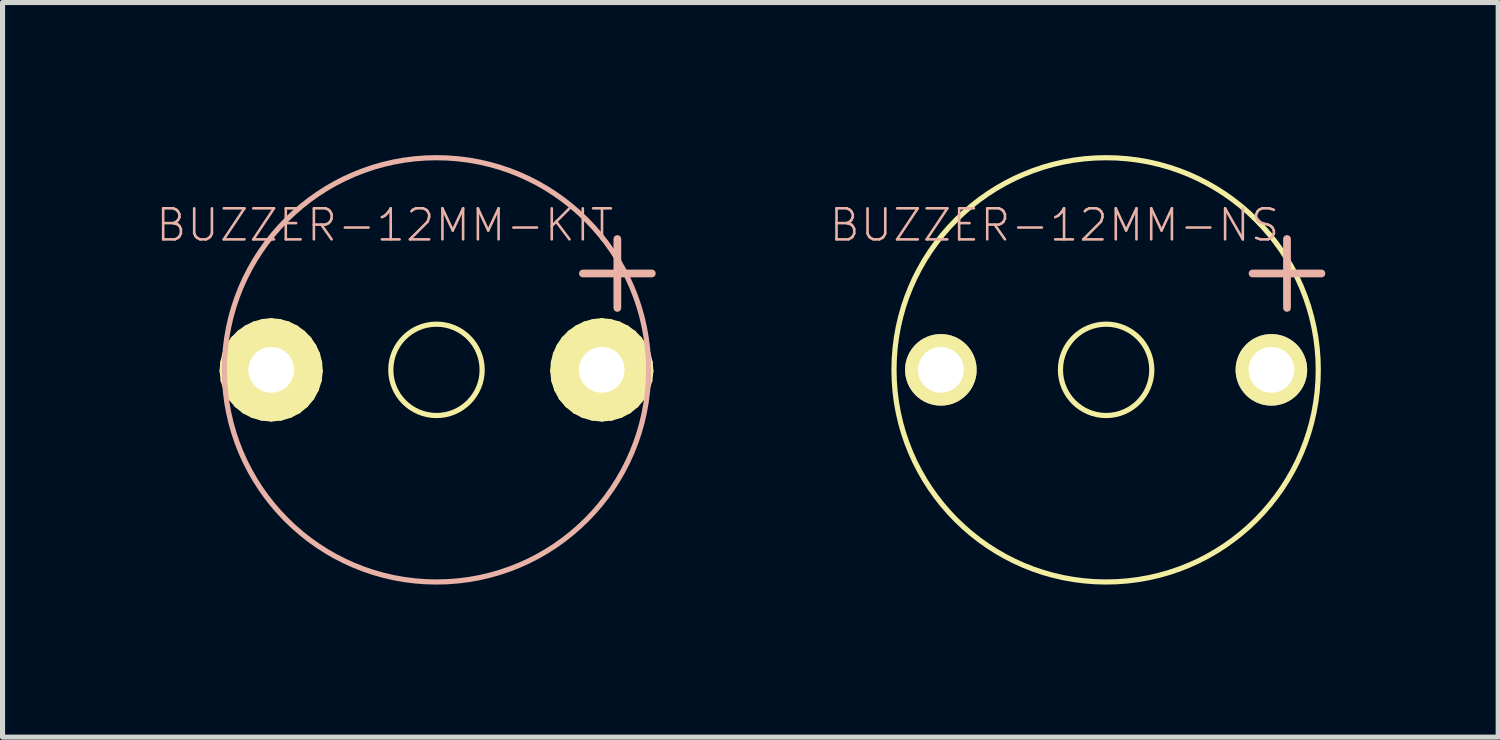
<source format=kicad_pcb>
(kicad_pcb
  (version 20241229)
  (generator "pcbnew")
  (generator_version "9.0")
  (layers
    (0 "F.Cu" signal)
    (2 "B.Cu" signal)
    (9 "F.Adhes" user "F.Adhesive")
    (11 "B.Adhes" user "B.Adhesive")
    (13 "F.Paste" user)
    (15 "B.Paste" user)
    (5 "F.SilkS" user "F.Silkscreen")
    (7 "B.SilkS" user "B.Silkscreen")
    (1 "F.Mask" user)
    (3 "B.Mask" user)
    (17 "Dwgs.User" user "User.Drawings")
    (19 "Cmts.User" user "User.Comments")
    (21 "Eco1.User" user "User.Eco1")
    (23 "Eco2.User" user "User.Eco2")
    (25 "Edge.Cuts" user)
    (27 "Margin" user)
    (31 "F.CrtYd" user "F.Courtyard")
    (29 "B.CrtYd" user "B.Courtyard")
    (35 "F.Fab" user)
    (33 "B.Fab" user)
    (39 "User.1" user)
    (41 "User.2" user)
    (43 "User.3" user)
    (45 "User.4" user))
  (footprint "BUZZER-12MM-NS"
    (layer "F.Cu")
    (at 18.696 4.221)
    (property "Reference" "BUZZER-12MM-NS" (at -1.016 -2.845 0) (layer "B.SilkS") (effects (font (size 0.61 0.61) (thickness 0.051))))
    (attr exclude_from_pos_files exclude_from_bom)
    (fp_circle (center 0 0) (end -2.949 2.949) (stroke (width 0.102) (type solid)) (fill no) (layer "F.SilkS"))
    (fp_circle (center 0 0) (end -0.635 0.635) (stroke (width 0.102) (type solid)) (fill no) (layer "F.SilkS"))
    (fp_text user "+" (at 3.556 -2.032 0) (layer "B.SilkS") (effects (font (size 1.778 1.778) (thickness 0.152))))
    (pad "+" thru_hole circle (at 3.249 0) (size 1.407 1.407) (drill 0.899) (layers "*.Cu" "F.Mask" "F.SilkS" "F.Paste"))
    (pad "-" thru_hole circle (at -3.249 0) (size 1.407 1.407) (drill 0.899) (layers "*.Cu" "F.Mask" "F.SilkS" "F.Paste")))
  (footprint "BUZZER-12MM-KIT"
    (layer "F.Cu")
    (at 5.531 4.221)
    (property "Reference" "BUZZER-12MM-KIT" (at -1.016 -2.845 0) (layer "B.SilkS") (effects (font (size 0.61 0.61) (thickness 0.051))))
    (attr exclude_from_pos_files exclude_from_bom)
    (fp_line (start -4.201 0.02) (end -4.188 -0.142) (stroke (width 0.127) (type solid)) (layer "F.SilkS"))
    (fp_line (start -4.188 -0.142) (end -4.148 -0.307) (stroke (width 0.127) (type solid)) (layer "F.SilkS"))
    (fp_line (start -4.181 0.206) (end -4.201 0.02) (stroke (width 0.127) (type solid)) (layer "F.SilkS"))
    (fp_line (start -4.148 -0.307) (end -4.079 -0.46) (stroke (width 0.127) (type solid)) (layer "F.SilkS"))
    (fp_line (start -4.125 0.381) (end -4.181 0.206) (stroke (width 0.127) (type solid)) (layer "F.SilkS"))
    (fp_line (start -4.079 -0.46) (end -3.985 -0.599) (stroke (width 0.127) (type solid)) (layer "F.SilkS"))
    (fp_line (start -4.036 0.544) (end -4.125 0.381) (stroke (width 0.127) (type solid)) (layer "F.SilkS"))
    (fp_line (start -3.985 -0.599) (end -3.866 -0.719) (stroke (width 0.127) (type solid)) (layer "F.SilkS"))
    (fp_line (start -3.917 0.683) (end -4.036 0.544) (stroke (width 0.127) (type solid)) (layer "F.SilkS"))
    (fp_line (start -3.866 -0.719) (end -3.731 -0.815) (stroke (width 0.127) (type solid)) (layer "F.SilkS"))
    (fp_line (start -3.772 0.8) (end -3.917 0.683) (stroke (width 0.127) (type solid)) (layer "F.SilkS"))
    (fp_line (start -3.731 -0.815) (end -3.579 -0.889) (stroke (width 0.127) (type solid)) (layer "F.SilkS"))
    (fp_line (start -3.696 0.018) (end -3.686 -0.081) (stroke (width 0.127) (type solid)) (layer "F.SilkS"))
    (fp_line (start -3.686 -0.081) (end -3.655 -0.178) (stroke (width 0.127) (type solid)) (layer "F.SilkS"))
    (fp_line (start -3.68 0.114) (end -3.696 0.018) (stroke (width 0.127) (type solid)) (layer "F.SilkS"))
    (fp_line (start -3.655 -0.178) (end -3.602 -0.264) (stroke (width 0.127) (type solid)) (layer "F.SilkS"))
    (fp_line (start -3.647 0.206) (end -3.68 0.114) (stroke (width 0.127) (type solid)) (layer "F.SilkS"))
    (fp_line (start -3.609 0.884) (end -3.772 0.8) (stroke (width 0.127) (type solid)) (layer "F.SilkS"))
    (fp_line (start -3.602 -0.264) (end -3.531 -0.34) (stroke (width 0.127) (type solid)) (layer "F.SilkS"))
    (fp_line (start -3.594 0.287) (end -3.647 0.206) (stroke (width 0.127) (type solid)) (layer "F.SilkS"))
    (fp_line (start -3.579 -0.889) (end -3.416 -0.935) (stroke (width 0.127) (type solid)) (layer "F.SilkS"))
    (fp_line (start -3.531 -0.34) (end -3.447 -0.396) (stroke (width 0.127) (type solid)) (layer "F.SilkS"))
    (fp_line (start -3.523 0.356) (end -3.594 0.287) (stroke (width 0.127) (type solid)) (layer "F.SilkS"))
    (fp_line (start -3.447 -0.396) (end -3.35 -0.432) (stroke (width 0.127) (type solid)) (layer "F.SilkS"))
    (fp_line (start -3.439 0.404) (end -3.523 0.356) (stroke (width 0.127) (type solid)) (layer "F.SilkS"))
    (fp_line (start -3.432 0.935) (end -3.609 0.884) (stroke (width 0.127) (type solid)) (layer "F.SilkS"))
    (fp_line (start -3.416 -0.935) (end -3.251 -0.953) (stroke (width 0.127) (type solid)) (layer "F.SilkS"))
    (fp_line (start -3.35 -0.432) (end -3.251 -0.445) (stroke (width 0.127) (type solid)) (layer "F.SilkS"))
    (fp_line (start -3.348 0.434) (end -3.439 0.404) (stroke (width 0.127) (type solid)) (layer "F.SilkS"))
    (fp_line (start -3.251 -0.953) (end -3.084 -0.935) (stroke (width 0.127) (type solid)) (layer "F.SilkS"))
    (fp_line (start -3.251 -0.445) (end -3.15 -0.432) (stroke (width 0.127) (type solid)) (layer "F.SilkS"))
    (fp_line (start -3.251 0.445) (end -3.348 0.434) (stroke (width 0.127) (type solid)) (layer "F.SilkS"))
    (fp_line (start -3.249 0.953) (end -3.432 0.935) (stroke (width 0.127) (type solid)) (layer "F.SilkS"))
    (fp_line (start -3.152 0.434) (end -3.251 0.445) (stroke (width 0.127) (type solid)) (layer "F.SilkS"))
    (fp_line (start -3.15 -0.432) (end -3.056 -0.399) (stroke (width 0.127) (type solid)) (layer "F.SilkS"))
    (fp_line (start -3.084 -0.935) (end -2.921 -0.889) (stroke (width 0.127) (type solid)) (layer "F.SilkS"))
    (fp_line (start -3.063 0.935) (end -3.249 0.953) (stroke (width 0.127) (type solid)) (layer "F.SilkS"))
    (fp_line (start -3.061 0.401) (end -3.152 0.434) (stroke (width 0.127) (type solid)) (layer "F.SilkS"))
    (fp_line (start -3.056 -0.399) (end -2.972 -0.343) (stroke (width 0.127) (type solid)) (layer "F.SilkS"))
    (fp_line (start -2.977 0.351) (end -3.061 0.401) (stroke (width 0.127) (type solid)) (layer "F.SilkS"))
    (fp_line (start -2.972 -0.343) (end -2.901 -0.272) (stroke (width 0.127) (type solid)) (layer "F.SilkS"))
    (fp_line (start -2.921 -0.889) (end -2.769 -0.815) (stroke (width 0.127) (type solid)) (layer "F.SilkS"))
    (fp_line (start -2.906 0.282) (end -2.977 0.351) (stroke (width 0.127) (type solid)) (layer "F.SilkS"))
    (fp_line (start -2.901 -0.272) (end -2.85 -0.185) (stroke (width 0.127) (type solid)) (layer "F.SilkS"))
    (fp_line (start -2.888 0.884) (end -3.063 0.935) (stroke (width 0.127) (type solid)) (layer "F.SilkS"))
    (fp_line (start -2.852 0.198) (end -2.906 0.282) (stroke (width 0.127) (type solid)) (layer "F.SilkS"))
    (fp_line (start -2.85 -0.185) (end -2.817 -0.089) (stroke (width 0.127) (type solid)) (layer "F.SilkS"))
    (fp_line (start -2.819 0.107) (end -2.852 0.198) (stroke (width 0.127) (type solid)) (layer "F.SilkS"))
    (fp_line (start -2.817 -0.089) (end -2.809 0.008) (stroke (width 0.127) (type solid)) (layer "F.SilkS"))
    (fp_line (start -2.809 0.008) (end -2.819 0.107) (stroke (width 0.127) (type solid)) (layer "F.SilkS"))
    (fp_line (start -2.769 -0.815) (end -2.634 -0.716) (stroke (width 0.127) (type solid)) (layer "F.SilkS"))
    (fp_line (start -2.725 0.8) (end -2.888 0.884) (stroke (width 0.127) (type solid)) (layer "F.SilkS"))
    (fp_line (start -2.634 -0.716) (end -2.517 -0.597) (stroke (width 0.127) (type solid)) (layer "F.SilkS"))
    (fp_line (start -2.581 0.683) (end -2.725 0.8) (stroke (width 0.127) (type solid)) (layer "F.SilkS"))
    (fp_line (start -2.517 -0.597) (end -2.423 -0.457) (stroke (width 0.127) (type solid)) (layer "F.SilkS"))
    (fp_line (start -2.464 0.544) (end -2.581 0.683) (stroke (width 0.127) (type solid)) (layer "F.SilkS"))
    (fp_line (start -2.423 -0.457) (end -2.352 -0.305) (stroke (width 0.127) (type solid)) (layer "F.SilkS"))
    (fp_line (start -2.375 0.381) (end -2.464 0.544) (stroke (width 0.127) (type solid)) (layer "F.SilkS"))
    (fp_line (start -2.352 -0.305) (end -2.311 -0.14) (stroke (width 0.127) (type solid)) (layer "F.SilkS"))
    (fp_line (start -2.319 0.206) (end -2.375 0.381) (stroke (width 0.127) (type solid)) (layer "F.SilkS"))
    (fp_line (start -2.311 -0.14) (end -2.299 0.025) (stroke (width 0.127) (type solid)) (layer "F.SilkS"))
    (fp_line (start -2.299 0.025) (end -2.319 0.206) (stroke (width 0.127) (type solid)) (layer "F.SilkS"))
    (fp_line (start 2.299 0.02) (end 2.311 -0.142) (stroke (width 0.127) (type solid)) (layer "F.SilkS"))
    (fp_line (start 2.311 -0.142) (end 2.352 -0.307) (stroke (width 0.127) (type solid)) (layer "F.SilkS"))
    (fp_line (start 2.319 0.206) (end 2.299 0.02) (stroke (width 0.127) (type solid)) (layer "F.SilkS"))
    (fp_line (start 2.352 -0.307) (end 2.421 -0.46) (stroke (width 0.127) (type solid)) (layer "F.SilkS"))
    (fp_line (start 2.375 0.381) (end 2.319 0.206) (stroke (width 0.127) (type solid)) (layer "F.SilkS"))
    (fp_line (start 2.421 -0.46) (end 2.515 -0.599) (stroke (width 0.127) (type solid)) (layer "F.SilkS"))
    (fp_line (start 2.464 0.544) (end 2.375 0.381) (stroke (width 0.127) (type solid)) (layer "F.SilkS"))
    (fp_line (start 2.515 -0.599) (end 2.634 -0.719) (stroke (width 0.127) (type solid)) (layer "F.SilkS"))
    (fp_line (start 2.583 0.683) (end 2.464 0.544) (stroke (width 0.127) (type solid)) (layer "F.SilkS"))
    (fp_line (start 2.634 -0.719) (end 2.769 -0.815) (stroke (width 0.127) (type solid)) (layer "F.SilkS"))
    (fp_line (start 2.728 0.8) (end 2.583 0.683) (stroke (width 0.127) (type solid)) (layer "F.SilkS"))
    (fp_line (start 2.769 -0.815) (end 2.921 -0.889) (stroke (width 0.127) (type solid)) (layer "F.SilkS"))
    (fp_line (start 2.807 0.018) (end 2.814 -0.081) (stroke (width 0.127) (type solid)) (layer "F.SilkS"))
    (fp_line (start 2.814 -0.081) (end 2.845 -0.178) (stroke (width 0.127) (type solid)) (layer "F.SilkS"))
    (fp_line (start 2.819 0.114) (end 2.807 0.018) (stroke (width 0.127) (type solid)) (layer "F.SilkS"))
    (fp_line (start 2.845 -0.178) (end 2.898 -0.264) (stroke (width 0.127) (type solid)) (layer "F.SilkS"))
    (fp_line (start 2.852 0.206) (end 2.819 0.114) (stroke (width 0.127) (type solid)) (layer "F.SilkS"))
    (fp_line (start 2.891 0.884) (end 2.728 0.8) (stroke (width 0.127) (type solid)) (layer "F.SilkS"))
    (fp_line (start 2.898 -0.264) (end 2.969 -0.34) (stroke (width 0.127) (type solid)) (layer "F.SilkS"))
    (fp_line (start 2.906 0.287) (end 2.852 0.206) (stroke (width 0.127) (type solid)) (layer "F.SilkS"))
    (fp_line (start 2.921 -0.889) (end 3.084 -0.935) (stroke (width 0.127) (type solid)) (layer "F.SilkS"))
    (fp_line (start 2.969 -0.34) (end 3.053 -0.396) (stroke (width 0.127) (type solid)) (layer "F.SilkS"))
    (fp_line (start 2.977 0.356) (end 2.906 0.287) (stroke (width 0.127) (type solid)) (layer "F.SilkS"))
    (fp_line (start 3.053 -0.396) (end 3.15 -0.432) (stroke (width 0.127) (type solid)) (layer "F.SilkS"))
    (fp_line (start 3.061 0.404) (end 2.977 0.356) (stroke (width 0.127) (type solid)) (layer "F.SilkS"))
    (fp_line (start 3.068 0.935) (end 2.891 0.884) (stroke (width 0.127) (type solid)) (layer "F.SilkS"))
    (fp_line (start 3.084 -0.935) (end 3.251 -0.953) (stroke (width 0.127) (type solid)) (layer "F.SilkS"))
    (fp_line (start 3.15 -0.432) (end 3.251 -0.445) (stroke (width 0.127) (type solid)) (layer "F.SilkS"))
    (fp_line (start 3.152 0.434) (end 3.061 0.404) (stroke (width 0.127) (type solid)) (layer "F.SilkS"))
    (fp_line (start 3.251 -0.953) (end 3.416 -0.935) (stroke (width 0.127) (type solid)) (layer "F.SilkS"))
    (fp_line (start 3.251 -0.445) (end 3.35 -0.432) (stroke (width 0.127) (type solid)) (layer "F.SilkS"))
    (fp_line (start 3.251 0.445) (end 3.152 0.434) (stroke (width 0.127) (type solid)) (layer "F.SilkS"))
    (fp_line (start 3.251 0.953) (end 3.068 0.935) (stroke (width 0.127) (type solid)) (layer "F.SilkS"))
    (fp_line (start 3.348 0.434) (end 3.251 0.445) (stroke (width 0.127) (type solid)) (layer "F.SilkS"))
    (fp_line (start 3.35 -0.432) (end 3.444 -0.399) (stroke (width 0.127) (type solid)) (layer "F.SilkS"))
    (fp_line (start 3.416 -0.935) (end 3.579 -0.889) (stroke (width 0.127) (type solid)) (layer "F.SilkS"))
    (fp_line (start 3.437 0.935) (end 3.251 0.953) (stroke (width 0.127) (type solid)) (layer "F.SilkS"))
    (fp_line (start 3.439 0.401) (end 3.348 0.434) (stroke (width 0.127) (type solid)) (layer "F.SilkS"))
    (fp_line (start 3.444 -0.399) (end 3.528 -0.343) (stroke (width 0.127) (type solid)) (layer "F.SilkS"))
    (fp_line (start 3.523 0.351) (end 3.439 0.401) (stroke (width 0.127) (type solid)) (layer "F.SilkS"))
    (fp_line (start 3.528 -0.343) (end 3.599 -0.272) (stroke (width 0.127) (type solid)) (layer "F.SilkS"))
    (fp_line (start 3.579 -0.889) (end 3.731 -0.815) (stroke (width 0.127) (type solid)) (layer "F.SilkS"))
    (fp_line (start 3.594 0.282) (end 3.523 0.351) (stroke (width 0.127) (type solid)) (layer "F.SilkS"))
    (fp_line (start 3.599 -0.272) (end 3.65 -0.185) (stroke (width 0.127) (type solid)) (layer "F.SilkS"))
    (fp_line (start 3.612 0.884) (end 3.437 0.935) (stroke (width 0.127) (type solid)) (layer "F.SilkS"))
    (fp_line (start 3.647 0.198) (end 3.594 0.282) (stroke (width 0.127) (type solid)) (layer "F.SilkS"))
    (fp_line (start 3.65 -0.185) (end 3.683 -0.089) (stroke (width 0.127) (type solid)) (layer "F.SilkS"))
    (fp_line (start 3.68 0.107) (end 3.647 0.198) (stroke (width 0.127) (type solid)) (layer "F.SilkS"))
    (fp_line (start 3.683 -0.089) (end 3.691 0.008) (stroke (width 0.127) (type solid)) (layer "F.SilkS"))
    (fp_line (start 3.691 0.008) (end 3.68 0.107) (stroke (width 0.127) (type solid)) (layer "F.SilkS"))
    (fp_line (start 3.731 -0.815) (end 3.866 -0.716) (stroke (width 0.127) (type solid)) (layer "F.SilkS"))
    (fp_line (start 3.774 0.8) (end 3.612 0.884) (stroke (width 0.127) (type solid)) (layer "F.SilkS"))
    (fp_line (start 3.866 -0.716) (end 3.983 -0.597) (stroke (width 0.127) (type solid)) (layer "F.SilkS"))
    (fp_line (start 3.919 0.683) (end 3.774 0.8) (stroke (width 0.127) (type solid)) (layer "F.SilkS"))
    (fp_line (start 3.983 -0.597) (end 4.077 -0.457) (stroke (width 0.127) (type solid)) (layer "F.SilkS"))
    (fp_line (start 4.036 0.544) (end 3.919 0.683) (stroke (width 0.127) (type solid)) (layer "F.SilkS"))
    (fp_line (start 4.077 -0.457) (end 4.148 -0.305) (stroke (width 0.127) (type solid)) (layer "F.SilkS"))
    (fp_line (start 4.125 0.381) (end 4.036 0.544) (stroke (width 0.127) (type solid)) (layer "F.SilkS"))
    (fp_line (start 4.148 -0.305) (end 4.188 -0.14) (stroke (width 0.127) (type solid)) (layer "F.SilkS"))
    (fp_line (start 4.181 0.206) (end 4.125 0.381) (stroke (width 0.127) (type solid)) (layer "F.SilkS"))
    (fp_line (start 4.188 -0.14) (end 4.201 0.025) (stroke (width 0.127) (type solid)) (layer "F.SilkS"))
    (fp_line (start 4.201 0.025) (end 4.181 0.206) (stroke (width 0.127) (type solid)) (layer "F.SilkS"))
    (fp_circle (center 0 0) (end -0.635 0.635) (stroke (width 0.102) (type solid)) (fill no) (layer "F.SilkS"))
    (fp_circle (center 0 0) (end -2.949 2.949) (stroke (width 0.102) (type solid)) (fill no) (layer "B.SilkS"))
    (fp_text user "+" (at 3.556 -2.032 0) (layer "B.SilkS") (effects (font (size 1.778 1.778) (thickness 0.152))))
    (pad "+" thru_hole circle (at 3.249 0) (size 1.88 1.88) (drill 0.899) (layers "*.Cu" "F.Mask" "F.SilkS" "F.Paste"))
    (pad "-" thru_hole circle (at -3.249 0) (size 1.88 1.88) (drill 0.899) (layers "*.Cu" "F.Mask" "F.SilkS" "F.Paste")))
  (gr_rect
    (start -3 -3)
    (end 26.404 11.442)
    (stroke (width 0.1) (type default))
    (fill no)
    (layer "Edge.Cuts")))
</source>
